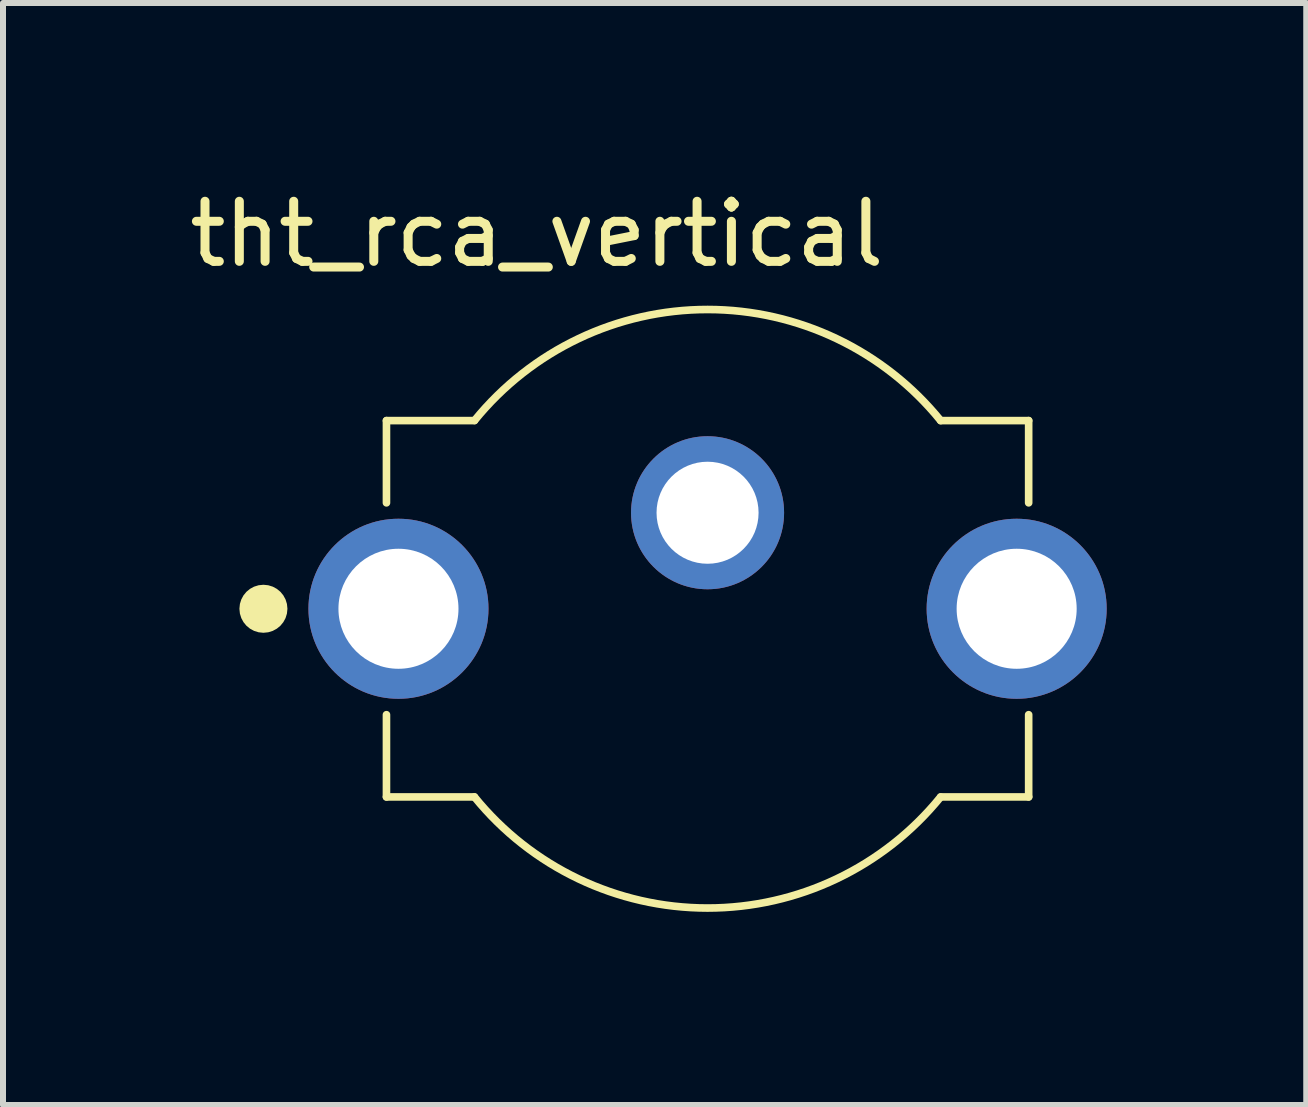
<source format=kicad_pcb>
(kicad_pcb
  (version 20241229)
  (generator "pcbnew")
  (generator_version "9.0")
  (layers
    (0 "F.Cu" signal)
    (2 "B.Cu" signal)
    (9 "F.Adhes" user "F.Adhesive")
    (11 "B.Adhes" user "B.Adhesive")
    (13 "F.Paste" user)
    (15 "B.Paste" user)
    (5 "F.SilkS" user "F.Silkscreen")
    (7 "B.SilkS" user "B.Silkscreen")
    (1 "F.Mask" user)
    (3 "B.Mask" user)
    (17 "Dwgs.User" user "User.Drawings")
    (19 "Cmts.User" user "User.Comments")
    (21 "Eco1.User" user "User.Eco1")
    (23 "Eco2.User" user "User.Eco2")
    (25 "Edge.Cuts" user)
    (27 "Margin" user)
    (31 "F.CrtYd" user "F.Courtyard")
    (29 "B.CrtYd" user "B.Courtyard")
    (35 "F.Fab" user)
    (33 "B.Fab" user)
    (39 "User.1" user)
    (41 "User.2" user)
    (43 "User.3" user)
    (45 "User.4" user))
  (footprint "tht_rca_vertical"
    (layer "F.Cu")
    (at 8.739 7.093)
    (property "Reference" "tht_rca_vertical" (at -2.844 -6.244 0) (layer "F.SilkS") (effects (font (size 1.001 1.001) (thickness 0.15))))
    (attr through_hole)
    (fp_line (start -5.35 -3.135) (end -5.35 -1.765) (stroke (width 0.127) (type solid)) (layer "F.SilkS"))
    (fp_line (start -5.35 1.765) (end -5.35 3.135) (stroke (width 0.127) (type solid)) (layer "F.SilkS"))
    (fp_line (start -3.884 -3.135) (end -5.35 -3.135) (stroke (width 0.127) (type solid)) (layer "F.SilkS"))
    (fp_line (start -3.884 3.135) (end -5.35 3.135) (stroke (width 0.127) (type solid)) (layer "F.SilkS"))
    (fp_line (start 5.35 -3.135) (end 3.884 -3.135) (stroke (width 0.127) (type solid)) (layer "F.SilkS"))
    (fp_line (start 5.35 -3.135) (end 5.35 -1.765) (stroke (width 0.127) (type solid)) (layer "F.SilkS"))
    (fp_line (start 5.35 1.765) (end 5.35 3.135) (stroke (width 0.127) (type solid)) (layer "F.SilkS"))
    (fp_line (start 5.35 3.135) (end 3.884 3.135) (stroke (width 0.127) (type solid)) (layer "F.SilkS"))
    (fp_arc (start -3.882076 -3.137372) (mid 0.001527 -4.986221) (end 3.884 -3.135) (stroke (width 0.127) (type solid)) (layer "F.SilkS"))
    (fp_arc (start 3.882076 3.137372) (mid -0.001527 4.986221) (end -3.884 3.135) (stroke (width 0.127) (type solid)) (layer "F.SilkS"))
    (fp_circle (center -7.4 0) (end -7.2 0) (stroke (width 0.4) (type solid)) (fill no) (layer "F.SilkS"))
    (fp_line (start -6.9 -1.7) (end -6.9 1.75) (stroke (width 0.05) (type solid)) (layer "Eco1.User"))
    (fp_line (start -6.9 1.75) (end -5.6 1.75) (stroke (width 0.05) (type solid)) (layer "Eco1.User"))
    (fp_line (start -5.6 -3.385) (end -5.605 -3.385) (stroke (width 0.05) (type solid)) (layer "Eco1.User"))
    (fp_line (start -5.6 -3.385) (end -5.6 -1.7) (stroke (width 0.05) (type solid)) (layer "Eco1.User"))
    (fp_line (start -5.6 -1.7) (end -6.9 -1.7) (stroke (width 0.05) (type solid)) (layer "Eco1.User"))
    (fp_line (start -5.6 1.75) (end -5.6 3.385) (stroke (width 0.05) (type solid)) (layer "Eco1.User"))
    (fp_line (start -3.903 -3.385) (end -5.6 -3.385) (stroke (width 0.05) (type solid)) (layer "Eco1.User"))
    (fp_line (start -3.901 3.385) (end -5.6 3.385) (stroke (width 0.05) (type solid)) (layer "Eco1.User"))
    (fp_line (start 5.6 -3.385) (end 3.895 -3.385) (stroke (width 0.05) (type solid)) (layer "Eco1.User"))
    (fp_line (start 5.6 -1.75) (end 5.6 -3.385) (stroke (width 0.05) (type solid)) (layer "Eco1.User"))
    (fp_line (start 5.6 -1.75) (end 6.95 -1.75) (stroke (width 0.05) (type solid)) (layer "Eco1.User"))
    (fp_line (start 5.6 3.385) (end 3.904 3.385) (stroke (width 0.05) (type solid)) (layer "Eco1.User"))
    (fp_line (start 5.6 3.385) (end 5.6 1.7) (stroke (width 0.05) (type solid)) (layer "Eco1.User"))
    (fp_line (start 6.95 -1.75) (end 6.95 1.7) (stroke (width 0.05) (type solid)) (layer "Eco1.User"))
    (fp_line (start 6.95 1.7) (end 5.6 1.7) (stroke (width 0.05) (type solid)) (layer "Eco1.User"))
    (fp_arc (start -3.901069 -3.387381) (mid -0.002467 -5.24337) (end 3.895 -3.385) (stroke (width 0.05) (type solid)) (layer "Eco1.User"))
    (fp_arc (start 3.895069 3.387381) (mid -0.003533 5.24337) (end -3.901 3.385) (stroke (width 0.05) (type solid)) (layer "Eco1.User"))
    (fp_line (start -5.35 -3.135) (end -5.35 3.135) (stroke (width 0.127) (type solid)) (layer "Eco2.User"))
    (fp_line (start -3.884 -3.135) (end -5.35 -3.135) (stroke (width 0.127) (type solid)) (layer "Eco2.User"))
    (fp_line (start -3.884 3.135) (end -5.35 3.135) (stroke (width 0.127) (type solid)) (layer "Eco2.User"))
    (fp_line (start 5.35 -3.135) (end 3.884 -3.135) (stroke (width 0.127) (type solid)) (layer "Eco2.User"))
    (fp_line (start 5.35 3.135) (end 3.884 3.135) (stroke (width 0.127) (type solid)) (layer "Eco2.User"))
    (fp_line (start 5.35 3.135) (end 5.35 -3.135) (stroke (width 0.127) (type solid)) (layer "Eco2.User"))
    (fp_arc (start -3.882076 -3.137372) (mid 0.001527 -4.986221) (end 3.884 -3.135) (stroke (width 0.127) (type solid)) (layer "Eco2.User"))
    (fp_arc (start 3.882076 3.137372) (mid -0.001527 4.986221) (end -3.884 3.135) (stroke (width 0.127) (type solid)) (layer "Eco2.User"))
    (pad "1" thru_hole circle (at 0 -1.6) (size 2.55 2.55) (drill 1.7) (layers "*.Cu" "*.Mask"))
    (pad "2" thru_hole circle (at -5.15 0) (size 3 3) (drill 2) (layers "*.Cu" "*.Mask"))
    (pad "2" thru_hole circle (at 5.15 0) (size 3 3) (drill 2) (layers "*.Cu" "*.Mask")))
  (gr_rect
    (start -3 -3)
    (end 18.714 15.361)
    (stroke (width 0.1) (type default))
    (fill no)
    (layer "Edge.Cuts")))
</source>
